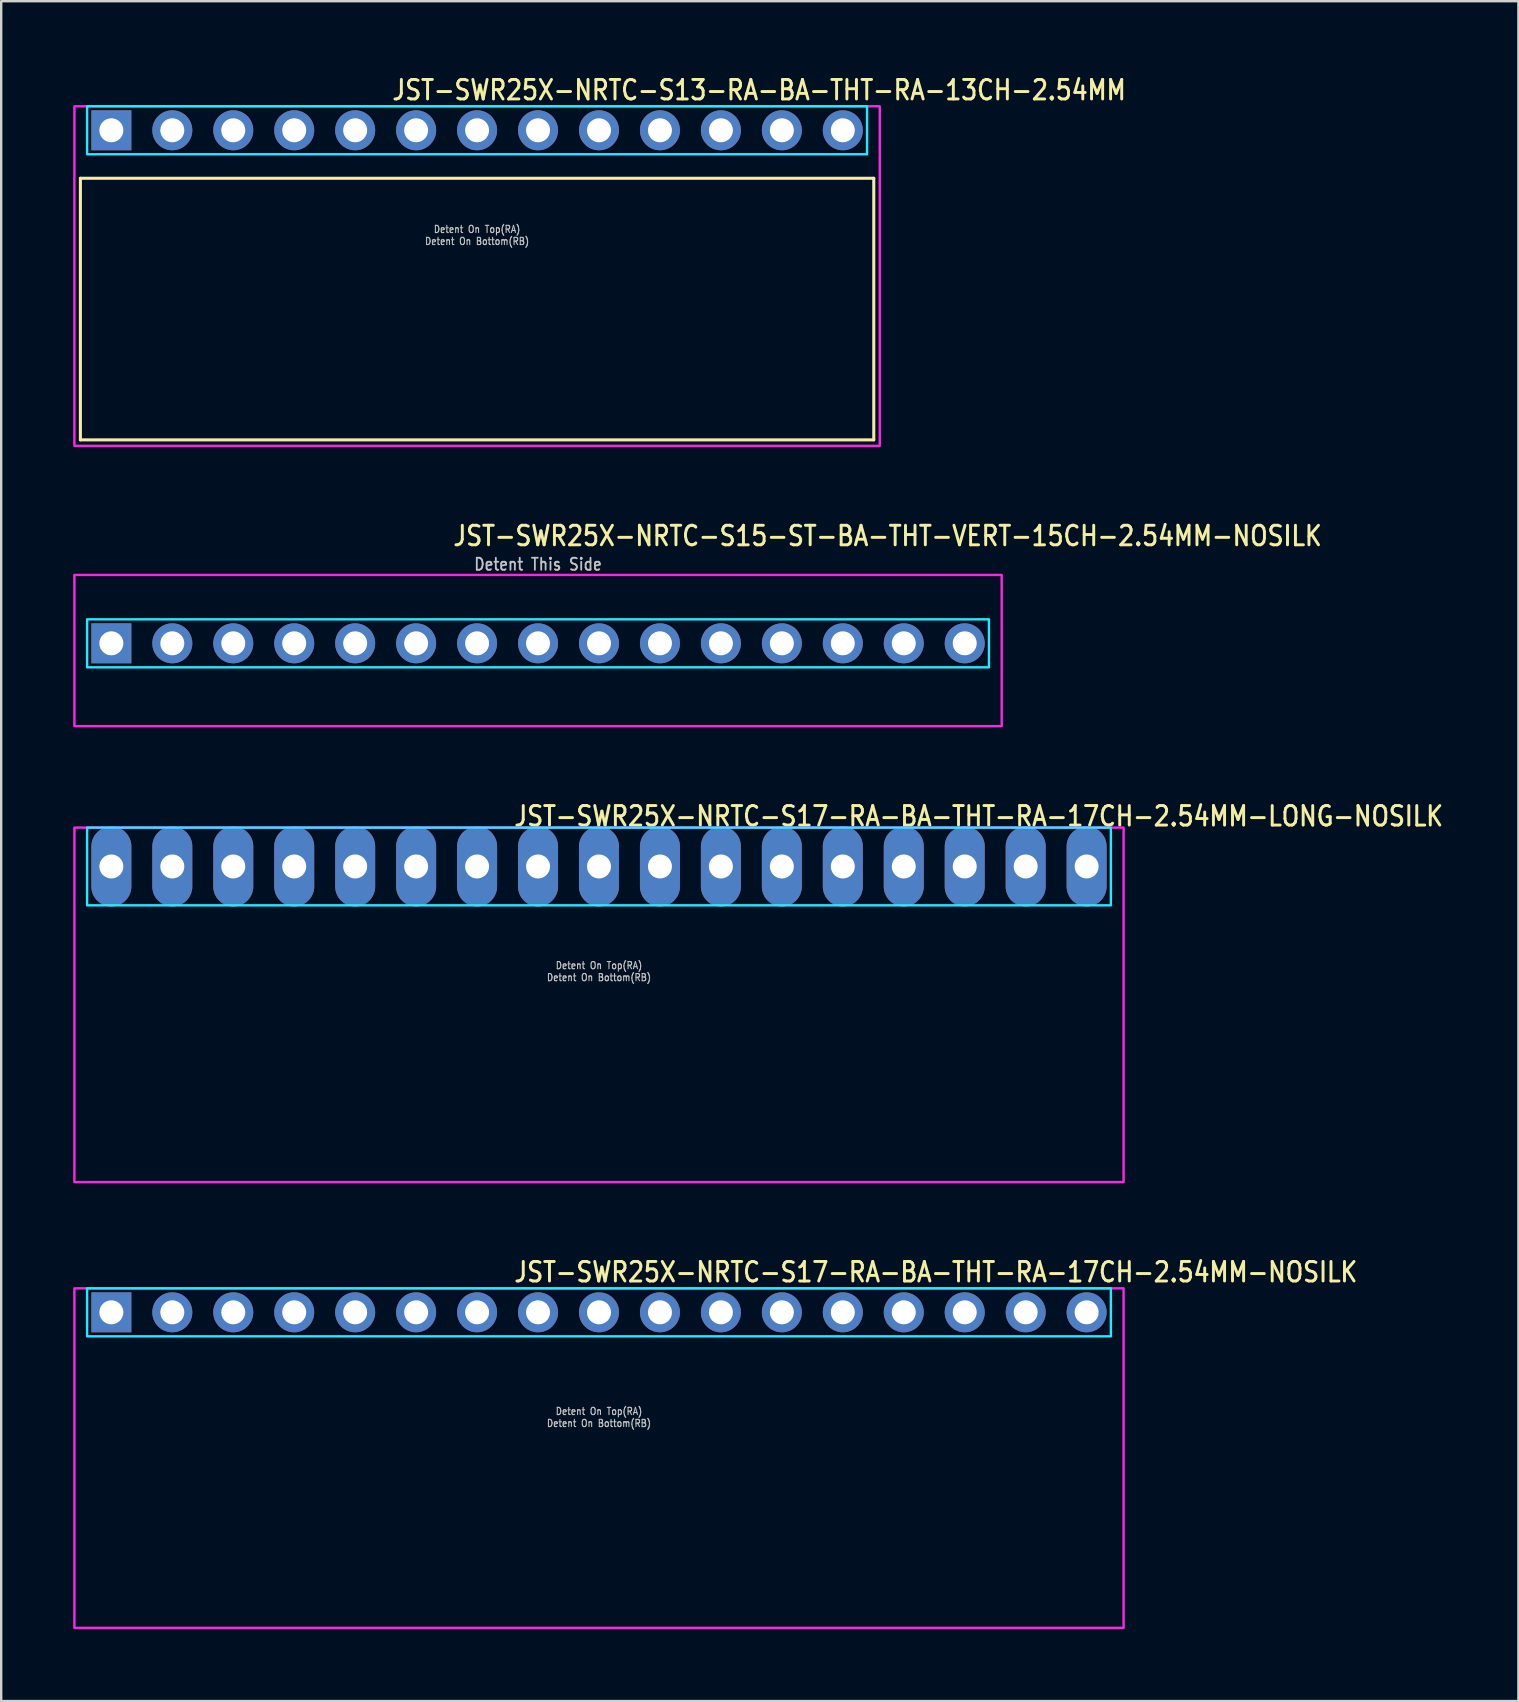
<source format=kicad_pcb>
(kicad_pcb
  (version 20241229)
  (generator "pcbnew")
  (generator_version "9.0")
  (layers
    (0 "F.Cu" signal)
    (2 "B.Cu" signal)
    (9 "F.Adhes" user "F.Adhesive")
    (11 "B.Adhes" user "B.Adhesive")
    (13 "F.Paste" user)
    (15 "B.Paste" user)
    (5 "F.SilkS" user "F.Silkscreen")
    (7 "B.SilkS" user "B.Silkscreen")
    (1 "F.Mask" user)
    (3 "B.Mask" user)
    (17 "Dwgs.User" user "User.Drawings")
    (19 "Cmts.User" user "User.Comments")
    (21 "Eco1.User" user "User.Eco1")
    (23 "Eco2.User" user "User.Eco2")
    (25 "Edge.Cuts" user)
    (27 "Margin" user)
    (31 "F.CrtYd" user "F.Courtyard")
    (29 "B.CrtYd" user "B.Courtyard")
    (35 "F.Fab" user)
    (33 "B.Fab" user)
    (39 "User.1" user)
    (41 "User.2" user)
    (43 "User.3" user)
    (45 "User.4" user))
  (footprint "JST-SWR25X-NRTC-S15-ST-BA-THT-VERT-15CH-2.54MM-NOSILK"
    (layer "F.Cu")
    (at 19.37 23.757)
    (property "Reference" "JST-SWR25X-NRTC-S15-ST-BA-THT-VERT-15CH-2.54MM-NOSILK" (at -3.6 -4 0) (unlocked yes) (layer "F.SilkS") (effects (font (size 0.813 0.695) (thickness 0.122)) (justify left bottom)))
    (fp_poly (pts (xy -18.79 -1) (xy -18.79 1) (xy 18.79 1) (xy 18.79 -1)) (stroke (width 0.1) (type solid)) (fill no) (layer "B.CrtYd"))
    (fp_poly (pts (xy -19.32 -2.85) (xy -19.32 3.45) (xy 19.32 3.45) (xy 19.32 -2.85)) (stroke (width 0.1) (type solid)) (fill no) (layer "F.CrtYd"))
    (fp_text user "Detent This Side" (at 0 -3 0) (unlocked yes) (layer "Dwgs.User") (effects (font (size 0.5 0.427) (thickness 0.075)) (justify bottom)))
    (pad "P$1" thru_hole rect (at -17.78 0) (size 1.667 1.667) (drill 1) (layers "*.Cu" "*.Mask"))
    (pad "P$2" thru_hole oval (at -15.24 0) (size 1.667 1.667) (drill 1) (layers "*.Cu" "*.Mask"))
    (pad "P$3" thru_hole oval (at -12.7 0) (size 1.667 1.667) (drill 1) (layers "*.Cu" "*.Mask"))
    (pad "P$4" thru_hole oval (at -10.16 0) (size 1.667 1.667) (drill 1) (layers "*.Cu" "*.Mask"))
    (pad "P$5" thru_hole oval (at -7.62 0) (size 1.667 1.667) (drill 1) (layers "*.Cu" "*.Mask"))
    (pad "P$6" thru_hole oval (at -5.08 0) (size 1.667 1.667) (drill 1) (layers "*.Cu" "*.Mask"))
    (pad "P$7" thru_hole oval (at -2.54 0) (size 1.667 1.667) (drill 1) (layers "*.Cu" "*.Mask"))
    (pad "P$8" thru_hole oval (at 0 0) (size 1.667 1.667) (drill 1) (layers "*.Cu" "*.Mask"))
    (pad "P$9" thru_hole oval (at 2.54 0) (size 1.667 1.667) (drill 1) (layers "*.Cu" "*.Mask"))
    (pad "P$10" thru_hole oval (at 5.08 0) (size 1.667 1.667) (drill 1) (layers "*.Cu" "*.Mask"))
    (pad "P$11" thru_hole oval (at 7.62 0) (size 1.667 1.667) (drill 1) (layers "*.Cu" "*.Mask"))
    (pad "P$12" thru_hole oval (at 10.16 0) (size 1.667 1.667) (drill 1) (layers "*.Cu" "*.Mask"))
    (pad "P$13" thru_hole oval (at 12.7 0) (size 1.667 1.667) (drill 1) (layers "*.Cu" "*.Mask"))
    (pad "P$14" thru_hole oval (at 15.24 0) (size 1.667 1.667) (drill 1) (layers "*.Cu" "*.Mask"))
    (pad "P$15" thru_hole oval (at 17.78 0) (size 1.667 1.667) (drill 1) (layers "*.Cu" "*.Mask")))
  (footprint "JST-SWR25X-NRTC-S17-RA-BA-THT-RA-17CH-2.54MM-NOSILK"
    (layer "F.Cu")
    (at 21.91 51.634)
    (property "Reference" "JST-SWR25X-NRTC-S17-RA-BA-THT-RA-17CH-2.54MM-NOSILK" (at -3.6 -1.2 0) (unlocked yes) (layer "F.SilkS") (effects (font (size 0.813 0.695) (thickness 0.122)) (justify left bottom)))
    (fp_poly (pts (xy -21.33 -1) (xy -21.33 1) (xy 21.33 1) (xy 21.33 -1)) (stroke (width 0.1) (type solid)) (fill no) (layer "B.CrtYd"))
    (fp_poly (pts (xy -21.86 -1) (xy -21.86 13.15) (xy 21.86 13.15) (xy 21.86 -1)) (stroke (width 0.1) (type solid)) (fill no) (layer "F.CrtYd"))
    (fp_text user "Detent On Bottom(RB)" (at 0 4.8 0) (unlocked yes) (layer "Dwgs.User") (effects (font (size 0.3 0.257) (thickness 0.045)) (justify bottom)))
    (fp_text user "Detent On Top(RA)" (at 0 4.3 0) (unlocked yes) (layer "Dwgs.User") (effects (font (size 0.3 0.257) (thickness 0.045)) (justify bottom)))
    (pad "P$1" thru_hole rect (at -20.32 0) (size 1.667 1.667) (drill 1) (layers "*.Cu" "*.Mask"))
    (pad "P$2" thru_hole oval (at -17.78 0) (size 1.667 1.667) (drill 1) (layers "*.Cu" "*.Mask"))
    (pad "P$3" thru_hole oval (at -15.24 0) (size 1.667 1.667) (drill 1) (layers "*.Cu" "*.Mask"))
    (pad "P$4" thru_hole oval (at -12.7 0) (size 1.667 1.667) (drill 1) (layers "*.Cu" "*.Mask"))
    (pad "P$5" thru_hole oval (at -10.16 0) (size 1.667 1.667) (drill 1) (layers "*.Cu" "*.Mask"))
    (pad "P$6" thru_hole oval (at -7.62 0) (size 1.667 1.667) (drill 1) (layers "*.Cu" "*.Mask"))
    (pad "P$7" thru_hole oval (at -5.08 0) (size 1.667 1.667) (drill 1) (layers "*.Cu" "*.Mask"))
    (pad "P$8" thru_hole oval (at -2.54 0) (size 1.667 1.667) (drill 1) (layers "*.Cu" "*.Mask"))
    (pad "P$9" thru_hole oval (at 0 0) (size 1.667 1.667) (drill 1) (layers "*.Cu" "*.Mask"))
    (pad "P$10" thru_hole oval (at 2.54 0) (size 1.667 1.667) (drill 1) (layers "*.Cu" "*.Mask"))
    (pad "P$11" thru_hole oval (at 5.08 0) (size 1.667 1.667) (drill 1) (layers "*.Cu" "*.Mask"))
    (pad "P$12" thru_hole oval (at 7.62 0) (size 1.667 1.667) (drill 1) (layers "*.Cu" "*.Mask"))
    (pad "P$13" thru_hole oval (at 10.16 0) (size 1.667 1.667) (drill 1) (layers "*.Cu" "*.Mask"))
    (pad "P$14" thru_hole oval (at 12.7 0) (size 1.667 1.667) (drill 1) (layers "*.Cu" "*.Mask"))
    (pad "P$15" thru_hole oval (at 15.24 0) (size 1.667 1.667) (drill 1) (layers "*.Cu" "*.Mask"))
    (pad "P$16" thru_hole oval (at 17.78 0) (size 1.667 1.667) (drill 1) (layers "*.Cu" "*.Mask"))
    (pad "P$17" thru_hole oval (at 20.32 0) (size 1.667 1.667) (drill 1) (layers "*.Cu" "*.Mask")))
  (footprint "JST-SWR25X-NRTC-S13-RA-BA-THT-RA-13CH-2.54MM"
    (layer "F.Cu")
    (at 16.83 2.379)
    (property "Reference" "JST-SWR25X-NRTC-S13-RA-BA-THT-RA-13CH-2.54MM" (at -3.6 -1.2 0) (unlocked yes) (layer "F.SilkS") (effects (font (size 0.813 0.695) (thickness 0.122)) (justify left bottom)))
    (fp_line (start -16.53 2) (end 16.53 2) (stroke (width 0.127) (type solid)) (layer "F.SilkS"))
    (fp_line (start -16.53 12.9) (end -16.53 2) (stroke (width 0.127) (type solid)) (layer "F.SilkS"))
    (fp_line (start -16.53 12.9) (end 16.53 12.9) (stroke (width 0.127) (type solid)) (layer "F.SilkS"))
    (fp_line (start 16.53 2) (end 16.53 12.9) (stroke (width 0.127) (type solid)) (layer "F.SilkS"))
    (fp_poly (pts (xy -16.25 -1) (xy -16.25 1) (xy 16.25 1) (xy 16.25 -1)) (stroke (width 0.1) (type solid)) (fill no) (layer "B.CrtYd"))
    (fp_poly (pts (xy -16.78 -1) (xy -16.78 13.15) (xy 16.78 13.15) (xy 16.78 -1)) (stroke (width 0.1) (type solid)) (fill no) (layer "F.CrtYd"))
    (fp_text user "Detent On Bottom(RB)" (at 0 4.8 0) (unlocked yes) (layer "Dwgs.User") (effects (font (size 0.3 0.257) (thickness 0.045)) (justify bottom)))
    (fp_text user "Detent On Top(RA)" (at 0 4.3 0) (unlocked yes) (layer "Dwgs.User") (effects (font (size 0.3 0.257) (thickness 0.045)) (justify bottom)))
    (pad "P$1" thru_hole rect (at -15.24 0) (size 1.667 1.667) (drill 1) (layers "*.Cu" "*.Mask"))
    (pad "P$2" thru_hole oval (at -12.7 0) (size 1.667 1.667) (drill 1) (layers "*.Cu" "*.Mask"))
    (pad "P$3" thru_hole oval (at -10.16 0) (size 1.667 1.667) (drill 1) (layers "*.Cu" "*.Mask"))
    (pad "P$4" thru_hole oval (at -7.62 0) (size 1.667 1.667) (drill 1) (layers "*.Cu" "*.Mask"))
    (pad "P$5" thru_hole oval (at -5.08 0) (size 1.667 1.667) (drill 1) (layers "*.Cu" "*.Mask"))
    (pad "P$6" thru_hole oval (at -2.54 0) (size 1.667 1.667) (drill 1) (layers "*.Cu" "*.Mask"))
    (pad "P$7" thru_hole oval (at 0 0) (size 1.667 1.667) (drill 1) (layers "*.Cu" "*.Mask"))
    (pad "P$8" thru_hole oval (at 2.54 0) (size 1.667 1.667) (drill 1) (layers "*.Cu" "*.Mask"))
    (pad "P$9" thru_hole oval (at 5.08 0) (size 1.667 1.667) (drill 1) (layers "*.Cu" "*.Mask"))
    (pad "P$10" thru_hole oval (at 7.62 0) (size 1.667 1.667) (drill 1) (layers "*.Cu" "*.Mask"))
    (pad "P$11" thru_hole oval (at 10.16 0) (size 1.667 1.667) (drill 1) (layers "*.Cu" "*.Mask"))
    (pad "P$12" thru_hole oval (at 12.7 0) (size 1.667 1.667) (drill 1) (layers "*.Cu" "*.Mask"))
    (pad "P$13" thru_hole oval (at 15.24 0) (size 1.667 1.667) (drill 1) (layers "*.Cu" "*.Mask")))
  (footprint "JST-SWR25X-NRTC-S17-RA-BA-THT-RA-17CH-2.54MM-LONG-NOSILK"
    (layer "F.Cu")
    (at 21.91 33.056)
    (property "Reference" "JST-SWR25X-NRTC-S17-RA-BA-THT-RA-17CH-2.54MM-LONG-NOSILK" (at -3.6 -1.62 0) (unlocked yes) (layer "F.SilkS") (effects (font (size 0.813 0.695) (thickness 0.122)) (justify left bottom)))
    (fp_poly (pts (xy -21.33 -1.62) (xy -21.33 1.62) (xy 21.33 1.62) (xy 21.33 -1.62)) (stroke (width 0.1) (type solid)) (fill no) (layer "B.CrtYd"))
    (fp_poly (pts (xy -21.86 -1.62) (xy -21.86 13.15) (xy 21.86 13.15) (xy 21.86 -1.62)) (stroke (width 0.1) (type solid)) (fill no) (layer "F.CrtYd"))
    (fp_text user "Detent On Bottom(RB)" (at 0 4.8 0) (unlocked yes) (layer "Dwgs.User") (effects (font (size 0.3 0.257) (thickness 0.045)) (justify bottom)))
    (fp_text user "Detent On Top(RA)" (at 0 4.3 0) (unlocked yes) (layer "Dwgs.User") (effects (font (size 0.3 0.257) (thickness 0.045)) (justify bottom)))
    (pad "P$1" thru_hole oval (at -20.32 0 90) (size 3.333 1.667) (drill 1) (layers "*.Cu" "*.Mask"))
    (pad "P$2" thru_hole oval (at -17.78 0 90) (size 3.333 1.667) (drill 1) (layers "*.Cu" "*.Mask"))
    (pad "P$3" thru_hole oval (at -15.24 0 90) (size 3.333 1.667) (drill 1) (layers "*.Cu" "*.Mask"))
    (pad "P$4" thru_hole oval (at -12.7 0 90) (size 3.333 1.667) (drill 1) (layers "*.Cu" "*.Mask"))
    (pad "P$5" thru_hole oval (at -10.16 0 90) (size 3.333 1.667) (drill 1) (layers "*.Cu" "*.Mask"))
    (pad "P$6" thru_hole oval (at -7.62 0 90) (size 3.333 1.667) (drill 1) (layers "*.Cu" "*.Mask"))
    (pad "P$7" thru_hole oval (at -5.08 0 90) (size 3.333 1.667) (drill 1) (layers "*.Cu" "*.Mask"))
    (pad "P$8" thru_hole oval (at -2.54 0 90) (size 3.333 1.667) (drill 1) (layers "*.Cu" "*.Mask"))
    (pad "P$9" thru_hole oval (at 0 0 90) (size 3.333 1.667) (drill 1) (layers "*.Cu" "*.Mask"))
    (pad "P$10" thru_hole oval (at 2.54 0 90) (size 3.333 1.667) (drill 1) (layers "*.Cu" "*.Mask"))
    (pad "P$11" thru_hole oval (at 5.08 0 90) (size 3.333 1.667) (drill 1) (layers "*.Cu" "*.Mask"))
    (pad "P$12" thru_hole oval (at 7.62 0 90) (size 3.333 1.667) (drill 1) (layers "*.Cu" "*.Mask"))
    (pad "P$13" thru_hole oval (at 10.16 0 90) (size 3.333 1.667) (drill 1) (layers "*.Cu" "*.Mask"))
    (pad "P$14" thru_hole oval (at 12.7 0 90) (size 3.333 1.667) (drill 1) (layers "*.Cu" "*.Mask"))
    (pad "P$15" thru_hole oval (at 15.24 0 90) (size 3.333 1.667) (drill 1) (layers "*.Cu" "*.Mask"))
    (pad "P$16" thru_hole oval (at 17.78 0 90) (size 3.333 1.667) (drill 1) (layers "*.Cu" "*.Mask"))
    (pad "P$17" thru_hole oval (at 20.32 0 90) (size 3.333 1.667) (drill 1) (layers "*.Cu" "*.Mask")))
  (gr_rect
    (start -3 -3)
    (end 60.222 67.834)
    (stroke (width 0.1) (type default))
    (fill no)
    (layer "Edge.Cuts")))
</source>
